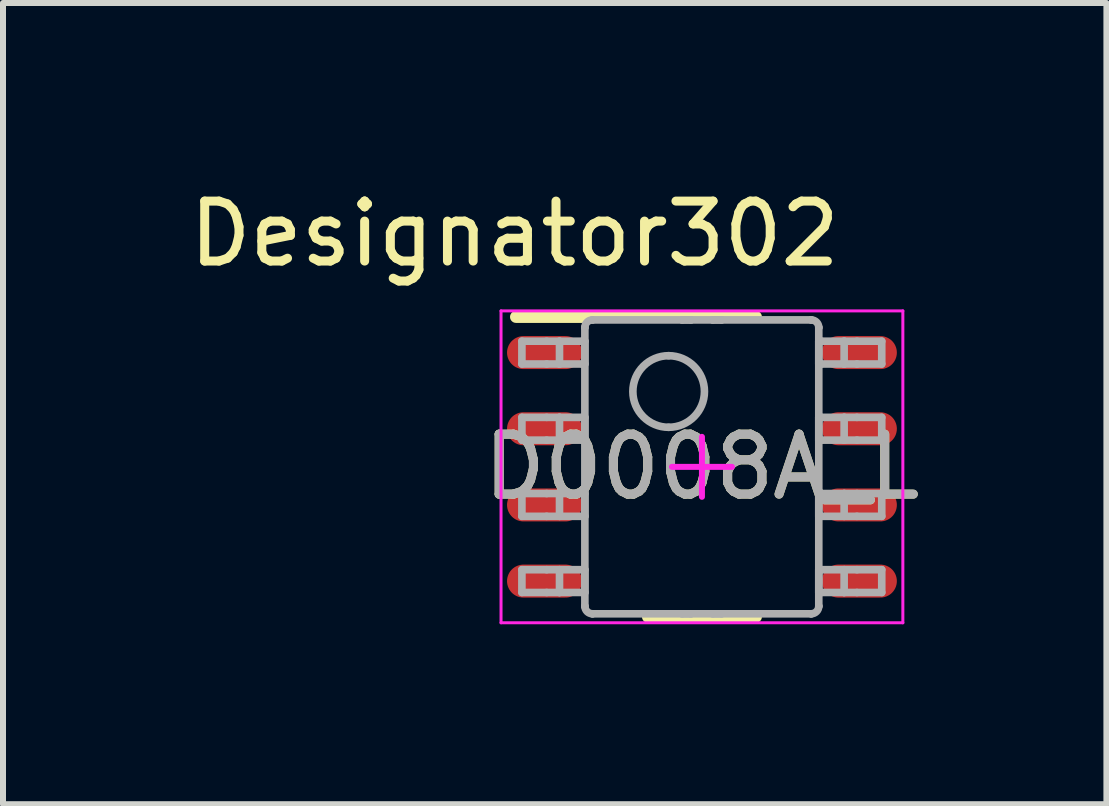
<source format=kicad_pcb>
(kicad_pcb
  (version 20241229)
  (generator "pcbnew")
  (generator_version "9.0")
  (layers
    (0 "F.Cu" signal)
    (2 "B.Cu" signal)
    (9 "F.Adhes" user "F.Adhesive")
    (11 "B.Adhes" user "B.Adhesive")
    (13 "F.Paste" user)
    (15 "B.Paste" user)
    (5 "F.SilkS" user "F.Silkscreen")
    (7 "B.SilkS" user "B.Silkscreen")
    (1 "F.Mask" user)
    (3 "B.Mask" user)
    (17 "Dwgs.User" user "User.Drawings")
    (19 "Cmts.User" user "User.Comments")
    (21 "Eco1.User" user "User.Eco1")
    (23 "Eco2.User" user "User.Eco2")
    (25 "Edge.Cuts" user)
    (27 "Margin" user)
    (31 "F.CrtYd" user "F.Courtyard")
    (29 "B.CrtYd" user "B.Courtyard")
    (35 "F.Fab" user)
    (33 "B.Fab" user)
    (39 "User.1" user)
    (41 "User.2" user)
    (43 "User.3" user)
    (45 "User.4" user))
  (footprint "D0008A_L"
    (layer "F.Cu")
    (at 8.654 4.734)
    (property "Reference" "D0008A_L" (at 0 0 0) (unlocked yes) (layer "F.SilkS") (effects (font (size 1 1) (thickness 0.15))))
    (attr smd)
    (fp_line (start -3.1 -2.5) (end 0.9 -2.5) (stroke (width 0.2) (type solid)) (layer "F.SilkS"))
    (fp_line (start -0.9 2.5) (end 0.9 2.5) (stroke (width 0.2) (type solid)) (layer "F.SilkS"))
    (fp_line (start -3.35 -2.6) (end 3.35 -2.6) (stroke (width 0.05) (type solid)) (layer "F.CrtYd"))
    (fp_line (start -3.35 2.6) (end -3.35 -2.6) (stroke (width 0.05) (type solid)) (layer "F.CrtYd"))
    (fp_line (start -3.35 2.6) (end 3.35 2.6) (stroke (width 0.05) (type solid)) (layer "F.CrtYd"))
    (fp_line (start -0.5 0) (end 0.5 0) (stroke (width 0.1) (type solid)) (layer "F.CrtYd"))
    (fp_line (start 0 0.5) (end 0 -0.5) (stroke (width 0.1) (type solid)) (layer "F.CrtYd"))
    (fp_line (start 3.35 2.6) (end 3.35 -2.6) (stroke (width 0.05) (type solid)) (layer "F.CrtYd"))
    (fp_line (start -3.002 -2.095) (end -2.589 -2.095) (stroke (width 0.127) (type solid)) (layer "F.Fab"))
    (fp_line (start -3.002 -1.715) (end -3.002 -2.095) (stroke (width 0.127) (type solid)) (layer "F.Fab"))
    (fp_line (start -3.002 -1.715) (end -2.589 -1.715) (stroke (width 0.127) (type solid)) (layer "F.Fab"))
    (fp_line (start -3.002 -0.825) (end -2.589 -0.825) (stroke (width 0.127) (type solid)) (layer "F.Fab"))
    (fp_line (start -3.002 -0.445) (end -3.002 -0.825) (stroke (width 0.127) (type solid)) (layer "F.Fab"))
    (fp_line (start -3.002 -0.445) (end -2.589 -0.445) (stroke (width 0.127) (type solid)) (layer "F.Fab"))
    (fp_line (start -3.002 0.445) (end -2.589 0.445) (stroke (width 0.127) (type solid)) (layer "F.Fab"))
    (fp_line (start -3.002 0.825) (end -3.002 0.445) (stroke (width 0.127) (type solid)) (layer "F.Fab"))
    (fp_line (start -3.002 0.825) (end -2.589 0.825) (stroke (width 0.127) (type solid)) (layer "F.Fab"))
    (fp_line (start -3.002 1.715) (end -2.589 1.715) (stroke (width 0.127) (type solid)) (layer "F.Fab"))
    (fp_line (start -3.002 2.095) (end -3.002 1.715) (stroke (width 0.127) (type solid)) (layer "F.Fab"))
    (fp_line (start -3.002 2.095) (end -2.589 2.095) (stroke (width 0.127) (type solid)) (layer "F.Fab"))
    (fp_line (start -2.589 -2.095) (end -2.375 -2.095) (stroke (width 0.127) (type solid)) (layer "F.Fab"))
    (fp_line (start -2.589 -1.715) (end -2.375 -1.715) (stroke (width 0.127) (type solid)) (layer "F.Fab"))
    (fp_line (start -2.589 -0.825) (end -2.375 -0.825) (stroke (width 0.127) (type solid)) (layer "F.Fab"))
    (fp_line (start -2.589 -0.445) (end -2.375 -0.445) (stroke (width 0.127) (type solid)) (layer "F.Fab"))
    (fp_line (start -2.589 0.445) (end -2.375 0.445) (stroke (width 0.127) (type solid)) (layer "F.Fab"))
    (fp_line (start -2.589 0.825) (end -2.375 0.825) (stroke (width 0.127) (type solid)) (layer "F.Fab"))
    (fp_line (start -2.589 1.715) (end -2.375 1.715) (stroke (width 0.127) (type solid)) (layer "F.Fab"))
    (fp_line (start -2.589 2.095) (end -2.375 2.095) (stroke (width 0.127) (type solid)) (layer "F.Fab"))
    (fp_line (start -2.375 -2.095) (end -1.995 -2.095) (stroke (width 0.127) (type solid)) (layer "F.Fab"))
    (fp_line (start -2.375 -1.715) (end -2.375 -2.095) (stroke (width 0.127) (type solid)) (layer "F.Fab"))
    (fp_line (start -2.375 -1.715) (end -1.995 -1.715) (stroke (width 0.127) (type solid)) (layer "F.Fab"))
    (fp_line (start -2.375 -0.825) (end -1.995 -0.825) (stroke (width 0.127) (type solid)) (layer "F.Fab"))
    (fp_line (start -2.375 -0.445) (end -2.375 -0.825) (stroke (width 0.127) (type solid)) (layer "F.Fab"))
    (fp_line (start -2.375 -0.445) (end -1.995 -0.445) (stroke (width 0.127) (type solid)) (layer "F.Fab"))
    (fp_line (start -2.375 0.445) (end -1.995 0.445) (stroke (width 0.127) (type solid)) (layer "F.Fab"))
    (fp_line (start -2.375 0.825) (end -2.375 0.445) (stroke (width 0.127) (type solid)) (layer "F.Fab"))
    (fp_line (start -2.375 0.825) (end -1.995 0.825) (stroke (width 0.127) (type solid)) (layer "F.Fab"))
    (fp_line (start -2.375 1.715) (end -1.995 1.715) (stroke (width 0.127) (type solid)) (layer "F.Fab"))
    (fp_line (start -2.375 2.095) (end -2.375 1.715) (stroke (width 0.127) (type solid)) (layer "F.Fab"))
    (fp_line (start -2.375 2.095) (end -1.995 2.095) (stroke (width 0.127) (type solid)) (layer "F.Fab"))
    (fp_line (start -1.995 -2.095) (end -1.952 -2.095) (stroke (width 0.127) (type solid)) (layer "F.Fab"))
    (fp_line (start -1.995 -1.715) (end -1.952 -1.715) (stroke (width 0.127) (type solid)) (layer "F.Fab"))
    (fp_line (start -1.995 -0.825) (end -1.952 -0.825) (stroke (width 0.127) (type solid)) (layer "F.Fab"))
    (fp_line (start -1.995 -0.445) (end -1.952 -0.445) (stroke (width 0.127) (type solid)) (layer "F.Fab"))
    (fp_line (start -1.995 0.445) (end -1.952 0.445) (stroke (width 0.127) (type solid)) (layer "F.Fab"))
    (fp_line (start -1.995 0.825) (end -1.952 0.825) (stroke (width 0.127) (type solid)) (layer "F.Fab"))
    (fp_line (start -1.995 1.715) (end -1.952 1.715) (stroke (width 0.127) (type solid)) (layer "F.Fab"))
    (fp_line (start -1.995 2.095) (end -1.952 2.095) (stroke (width 0.127) (type solid)) (layer "F.Fab"))
    (fp_line (start -1.952 -2.323) (end -1.952 -2.324) (stroke (width 0.127) (type solid)) (layer "F.Fab"))
    (fp_line (start -1.952 -1.715) (end -1.952 -2.095) (stroke (width 0.127) (type solid)) (layer "F.Fab"))
    (fp_line (start -1.952 -0.445) (end -1.952 -0.825) (stroke (width 0.127) (type solid)) (layer "F.Fab"))
    (fp_line (start -1.952 0.825) (end -1.952 0.445) (stroke (width 0.127) (type solid)) (layer "F.Fab"))
    (fp_line (start -1.952 2.095) (end -1.952 1.715) (stroke (width 0.127) (type solid)) (layer "F.Fab"))
    (fp_line (start -1.952 2.323) (end -1.952 -2.323) (stroke (width 0.127) (type solid)) (layer "F.Fab"))
    (fp_line (start -1.952 2.324) (end -1.952 2.323) (stroke (width 0.127) (type solid)) (layer "F.Fab"))
    (fp_line (start -1.826 -2.45) (end -1.825 -2.45) (stroke (width 0.127) (type solid)) (layer "F.Fab"))
    (fp_line (start -1.826 2.45) (end -1.825 2.45) (stroke (width 0.127) (type solid)) (layer "F.Fab"))
    (fp_line (start -1.825 -2.45) (end -0.332 -2.45) (stroke (width 0.127) (type solid)) (layer "F.Fab"))
    (fp_line (start -1.825 2.45) (end -0.332 2.45) (stroke (width 0.127) (type solid)) (layer "F.Fab"))
    (fp_line (start -0.332 -2.45) (end -0.182 -2.45) (stroke (width 0.127) (type solid)) (layer "F.Fab"))
    (fp_line (start -0.332 -2.45) (end -0.182 -2.45) (stroke (width 0.127) (type solid)) (layer "F.Fab"))
    (fp_line (start -0.332 2.45) (end -0.182 2.45) (stroke (width 0.127) (type solid)) (layer "F.Fab"))
    (fp_line (start -0.332 2.45) (end -0.182 2.45) (stroke (width 0.127) (type solid)) (layer "F.Fab"))
    (fp_line (start -0.182 -2.45) (end 0.178 -2.45) (stroke (width 0.127) (type solid)) (layer "F.Fab"))
    (fp_line (start -0.182 2.45) (end 0.178 2.45) (stroke (width 0.127) (type solid)) (layer "F.Fab"))
    (fp_line (start 0.178 -2.45) (end 0.328 -2.45) (stroke (width 0.127) (type solid)) (layer "F.Fab"))
    (fp_line (start 0.178 -2.45) (end 0.328 -2.45) (stroke (width 0.127) (type solid)) (layer "F.Fab"))
    (fp_line (start 0.178 2.45) (end 0.328 2.45) (stroke (width 0.127) (type solid)) (layer "F.Fab"))
    (fp_line (start 0.178 2.45) (end 0.328 2.45) (stroke (width 0.127) (type solid)) (layer "F.Fab"))
    (fp_line (start 0.328 -2.45) (end 1.821 -2.45) (stroke (width 0.127) (type solid)) (layer "F.Fab"))
    (fp_line (start 0.328 2.45) (end 1.821 2.45) (stroke (width 0.127) (type solid)) (layer "F.Fab"))
    (fp_line (start 1.821 -2.45) (end 1.822 -2.45) (stroke (width 0.127) (type solid)) (layer "F.Fab"))
    (fp_line (start 1.821 2.45) (end 1.822 2.45) (stroke (width 0.127) (type solid)) (layer "F.Fab"))
    (fp_line (start 1.948 -2.323) (end 1.948 -2.324) (stroke (width 0.127) (type solid)) (layer "F.Fab"))
    (fp_line (start 1.948 -2.095) (end 1.991 -2.095) (stroke (width 0.127) (type solid)) (layer "F.Fab"))
    (fp_line (start 1.948 -1.715) (end 1.948 -2.095) (stroke (width 0.127) (type solid)) (layer "F.Fab"))
    (fp_line (start 1.948 -1.715) (end 1.991 -1.715) (stroke (width 0.127) (type solid)) (layer "F.Fab"))
    (fp_line (start 1.948 -0.825) (end 1.991 -0.825) (stroke (width 0.127) (type solid)) (layer "F.Fab"))
    (fp_line (start 1.948 -0.445) (end 1.948 -0.825) (stroke (width 0.127) (type solid)) (layer "F.Fab"))
    (fp_line (start 1.948 -0.445) (end 1.991 -0.445) (stroke (width 0.127) (type solid)) (layer "F.Fab"))
    (fp_line (start 1.948 0.445) (end 1.991 0.445) (stroke (width 0.127) (type solid)) (layer "F.Fab"))
    (fp_line (start 1.948 0.825) (end 1.948 0.445) (stroke (width 0.127) (type solid)) (layer "F.Fab"))
    (fp_line (start 1.948 0.825) (end 1.991 0.825) (stroke (width 0.127) (type solid)) (layer "F.Fab"))
    (fp_line (start 1.948 1.715) (end 1.991 1.715) (stroke (width 0.127) (type solid)) (layer "F.Fab"))
    (fp_line (start 1.948 2.095) (end 1.948 1.715) (stroke (width 0.127) (type solid)) (layer "F.Fab"))
    (fp_line (start 1.948 2.095) (end 1.991 2.095) (stroke (width 0.127) (type solid)) (layer "F.Fab"))
    (fp_line (start 1.948 2.323) (end 1.948 -2.323) (stroke (width 0.127) (type solid)) (layer "F.Fab"))
    (fp_line (start 1.948 2.324) (end 1.948 2.323) (stroke (width 0.127) (type solid)) (layer "F.Fab"))
    (fp_line (start 1.991 -2.095) (end 2.371 -2.095) (stroke (width 0.127) (type solid)) (layer "F.Fab"))
    (fp_line (start 1.991 -1.715) (end 2.371 -1.715) (stroke (width 0.127) (type solid)) (layer "F.Fab"))
    (fp_line (start 1.991 -0.825) (end 2.371 -0.825) (stroke (width 0.127) (type solid)) (layer "F.Fab"))
    (fp_line (start 1.991 -0.445) (end 2.371 -0.445) (stroke (width 0.127) (type solid)) (layer "F.Fab"))
    (fp_line (start 1.991 0.445) (end 2.371 0.445) (stroke (width 0.127) (type solid)) (layer "F.Fab"))
    (fp_line (start 1.991 0.825) (end 2.371 0.825) (stroke (width 0.127) (type solid)) (layer "F.Fab"))
    (fp_line (start 1.991 1.715) (end 2.371 1.715) (stroke (width 0.127) (type solid)) (layer "F.Fab"))
    (fp_line (start 1.991 2.095) (end 2.371 2.095) (stroke (width 0.127) (type solid)) (layer "F.Fab"))
    (fp_line (start 2.371 -2.095) (end 2.585 -2.095) (stroke (width 0.127) (type solid)) (layer "F.Fab"))
    (fp_line (start 2.371 -1.715) (end 2.371 -2.095) (stroke (width 0.127) (type solid)) (layer "F.Fab"))
    (fp_line (start 2.371 -1.715) (end 2.585 -1.715) (stroke (width 0.127) (type solid)) (layer "F.Fab"))
    (fp_line (start 2.371 -0.825) (end 2.585 -0.825) (stroke (width 0.127) (type solid)) (layer "F.Fab"))
    (fp_line (start 2.371 -0.445) (end 2.371 -0.825) (stroke (width 0.127) (type solid)) (layer "F.Fab"))
    (fp_line (start 2.371 -0.445) (end 2.585 -0.445) (stroke (width 0.127) (type solid)) (layer "F.Fab"))
    (fp_line (start 2.371 0.445) (end 2.585 0.445) (stroke (width 0.127) (type solid)) (layer "F.Fab"))
    (fp_line (start 2.371 0.825) (end 2.371 0.445) (stroke (width 0.127) (type solid)) (layer "F.Fab"))
    (fp_line (start 2.371 0.825) (end 2.585 0.825) (stroke (width 0.127) (type solid)) (layer "F.Fab"))
    (fp_line (start 2.371 1.715) (end 2.585 1.715) (stroke (width 0.127) (type solid)) (layer "F.Fab"))
    (fp_line (start 2.371 2.095) (end 2.371 1.715) (stroke (width 0.127) (type solid)) (layer "F.Fab"))
    (fp_line (start 2.371 2.095) (end 2.585 2.095) (stroke (width 0.127) (type solid)) (layer "F.Fab"))
    (fp_line (start 2.585 -2.095) (end 2.998 -2.095) (stroke (width 0.127) (type solid)) (layer "F.Fab"))
    (fp_line (start 2.585 -1.715) (end 2.998 -1.715) (stroke (width 0.127) (type solid)) (layer "F.Fab"))
    (fp_line (start 2.585 -0.825) (end 2.998 -0.825) (stroke (width 0.127) (type solid)) (layer "F.Fab"))
    (fp_line (start 2.585 -0.445) (end 2.998 -0.445) (stroke (width 0.127) (type solid)) (layer "F.Fab"))
    (fp_line (start 2.585 0.445) (end 2.998 0.445) (stroke (width 0.127) (type solid)) (layer "F.Fab"))
    (fp_line (start 2.585 0.825) (end 2.998 0.825) (stroke (width 0.127) (type solid)) (layer "F.Fab"))
    (fp_line (start 2.585 1.715) (end 2.998 1.715) (stroke (width 0.127) (type solid)) (layer "F.Fab"))
    (fp_line (start 2.585 2.095) (end 2.998 2.095) (stroke (width 0.127) (type solid)) (layer "F.Fab"))
    (fp_line (start 2.998 -1.715) (end 2.998 -2.095) (stroke (width 0.127) (type solid)) (layer "F.Fab"))
    (fp_line (start 2.998 -0.445) (end 2.998 -0.825) (stroke (width 0.127) (type solid)) (layer "F.Fab"))
    (fp_line (start 2.998 0.825) (end 2.998 0.445) (stroke (width 0.127) (type solid)) (layer "F.Fab"))
    (fp_line (start 2.998 2.095) (end 2.998 1.715) (stroke (width 0.127) (type solid)) (layer "F.Fab"))
    (fp_arc (start -1.952002 -2.323941) (mid -1.914806 -2.412806) (end -1.825941 -2.450002) (stroke (width 0.127) (type solid)) (layer "F.Fab"))
    (fp_arc (start -1.825941 2.449992) (mid -1.914806 2.412795) (end -1.952002 2.323931) (stroke (width 0.127) (type solid)) (layer "F.Fab"))
    (fp_arc (start -0.555 -1.8531) (mid 0.0419 -1.2562) (end -0.555 -0.6593) (stroke (width 0.127) (type solid)) (layer "F.Fab"))
    (fp_arc (start -0.555 -0.6593) (mid -1.1519 -1.2562) (end -0.555 -1.8531) (stroke (width 0.127) (type solid)) (layer "F.Fab"))
    (fp_arc (start 1.821933 -2.450002) (mid 1.910797 -2.412806) (end 1.947994 -2.323941) (stroke (width 0.127) (type solid)) (layer "F.Fab"))
    (fp_arc (start 1.947994 2.323931) (mid 1.910797 2.412795) (end 1.821933 2.449992) (stroke (width 0.127) (type solid)) (layer "F.Fab"))
    (fp_text user "Designator302" (at -3.124 -3.886 0) (unlocked yes) (layer "F.SilkS") (effects (font (size 1 1) (thickness 0.15))))
    (fp_text user "${REFERENCE}" (at 0 0 0) (unlocked yes) (layer "F.Fab") (effects (font (size 1 1) (thickness 0.15))))
    (pad "1" smd oval (at -2.625 -1.905 90) (size 0.55 1.25) (layers "F.Cu" "F.Mask" "F.Paste"))
    (pad "2" smd oval (at -2.625 -0.635 90) (size 0.55 1.25) (layers "F.Cu" "F.Mask" "F.Paste"))
    (pad "3" smd oval (at -2.625 0.635 90) (size 0.55 1.25) (layers "F.Cu" "F.Mask" "F.Paste"))
    (pad "4" smd oval (at -2.625 1.905 90) (size 0.55 1.25) (layers "F.Cu" "F.Mask" "F.Paste"))
    (pad "5" smd oval (at 2.625 1.905 90) (size 0.55 1.25) (layers "F.Cu" "F.Mask" "F.Paste"))
    (pad "6" smd oval (at 2.625 0.635 90) (size 0.55 1.25) (layers "F.Cu" "F.Mask" "F.Paste"))
    (pad "7" smd oval (at 2.625 -0.635 90) (size 0.55 1.25) (layers "F.Cu" "F.Mask" "F.Paste"))
    (pad "8" smd oval (at 2.625 -1.905 90) (size 0.55 1.25) (layers "F.Cu" "F.Mask" "F.Paste")))
  (gr_rect
    (start -3 -3)
    (end 15.398 10.359)
    (stroke (width 0.1) (type default))
    (fill no)
    (layer "Edge.Cuts")))
</source>
